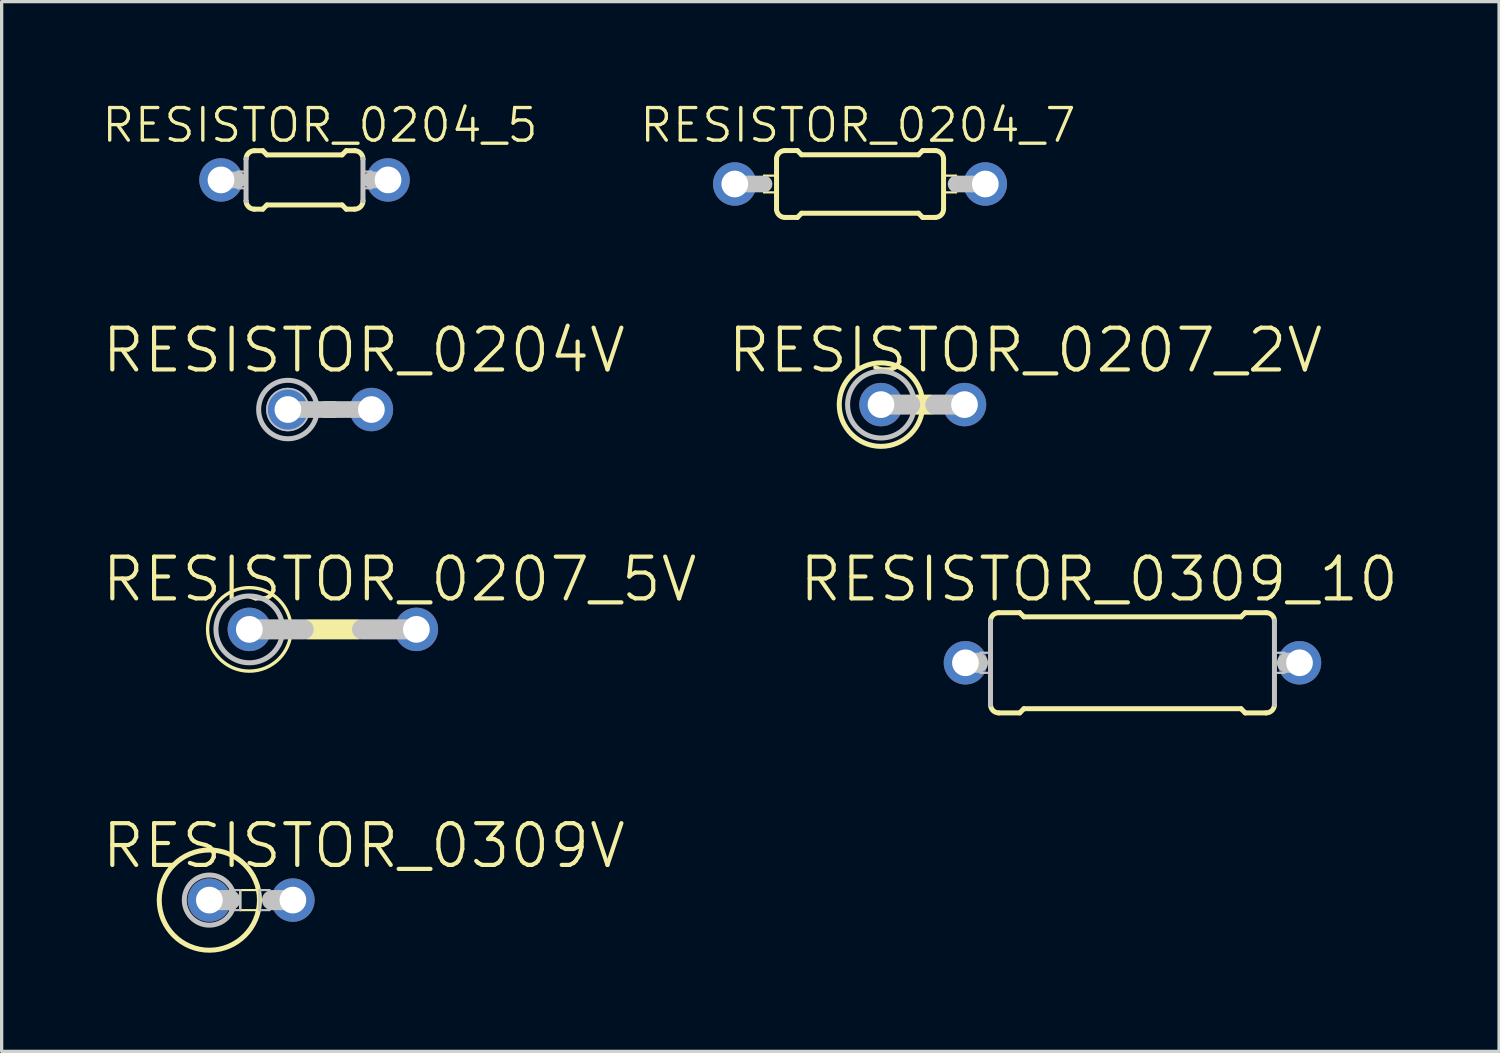
<source format=kicad_pcb>
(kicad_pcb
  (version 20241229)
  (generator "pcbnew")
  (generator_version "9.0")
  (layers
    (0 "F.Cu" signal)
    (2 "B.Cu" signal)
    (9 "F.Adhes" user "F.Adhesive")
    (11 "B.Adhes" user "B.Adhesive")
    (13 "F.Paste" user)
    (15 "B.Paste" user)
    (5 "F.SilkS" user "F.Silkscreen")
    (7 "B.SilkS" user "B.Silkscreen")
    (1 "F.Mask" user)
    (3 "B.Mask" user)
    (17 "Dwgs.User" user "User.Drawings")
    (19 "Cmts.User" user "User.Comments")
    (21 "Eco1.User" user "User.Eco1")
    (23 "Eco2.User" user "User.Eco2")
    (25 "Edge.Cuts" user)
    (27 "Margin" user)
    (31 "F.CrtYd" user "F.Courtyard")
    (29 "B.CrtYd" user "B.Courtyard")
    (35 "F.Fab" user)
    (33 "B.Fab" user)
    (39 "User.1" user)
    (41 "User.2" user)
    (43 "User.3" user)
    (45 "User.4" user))
  (footprint "RESISTOR_0309_10"
    (layer "F.Cu")
    (at 31.391 17.107)
    (property "Reference" "RESISTOR_0309_10" (at -1.016 -2.54 0) (layer "F.SilkS") (effects (font (size 1.27 1.27) (thickness 0.127))))
    (attr exclude_from_pos_files exclude_from_bom)
    (fp_line (start -4.064 -1.524) (end -3.429 -1.524) (stroke (width 0.152) (type solid)) (layer "F.SilkS"))
    (fp_line (start -4.064 1.524) (end -3.429 1.524) (stroke (width 0.152) (type solid)) (layer "F.SilkS"))
    (fp_line (start -3.302 -1.397) (end -3.429 -1.524) (stroke (width 0.152) (type solid)) (layer "F.SilkS"))
    (fp_line (start -3.302 1.397) (end -3.429 1.524) (stroke (width 0.152) (type solid)) (layer "F.SilkS"))
    (fp_line (start 3.302 -1.397) (end -3.302 -1.397) (stroke (width 0.152) (type solid)) (layer "F.SilkS"))
    (fp_line (start 3.302 -1.397) (end 3.429 -1.524) (stroke (width 0.152) (type solid)) (layer "F.SilkS"))
    (fp_line (start 3.302 1.397) (end -3.302 1.397) (stroke (width 0.152) (type solid)) (layer "F.SilkS"))
    (fp_line (start 3.302 1.397) (end 3.429 1.524) (stroke (width 0.152) (type solid)) (layer "F.SilkS"))
    (fp_line (start 4.064 -1.524) (end 3.429 -1.524) (stroke (width 0.152) (type solid)) (layer "F.SilkS"))
    (fp_line (start 4.064 1.524) (end 3.429 1.524) (stroke (width 0.152) (type solid)) (layer "F.SilkS"))
    (fp_arc (start -4.318 -1.27) (mid -4.243605 -1.449605) (end -4.064 -1.524) (stroke (width 0.1524) (type solid)) (layer "F.SilkS"))
    (fp_arc (start -4.064 1.524) (mid -4.243605 1.449605) (end -4.318 1.27) (stroke (width 0.1524) (type solid)) (layer "F.SilkS"))
    (fp_arc (start 4.064 -1.524) (mid 4.243605 -1.449605) (end 4.318 -1.27) (stroke (width 0.1524) (type solid)) (layer "F.SilkS"))
    (fp_arc (start 4.318 1.27) (mid 4.243605 1.449605) (end 4.064 1.524) (stroke (width 0.1524) (type solid)) (layer "F.SilkS"))
    (fp_line (start -4.699 0) (end -5.08 0) (stroke (width 0.61) (type solid)) (layer "Dwgs.User"))
    (fp_line (start -4.623 -0.305) (end -4.318 -0.305) (stroke (width 0.066) (type solid)) (layer "Dwgs.User"))
    (fp_line (start -4.623 0.305) (end -4.623 -0.305) (stroke (width 0.066) (type solid)) (layer "Dwgs.User"))
    (fp_line (start -4.623 0.305) (end -4.318 0.305) (stroke (width 0.066) (type solid)) (layer "Dwgs.User"))
    (fp_line (start -4.318 0.305) (end -4.318 -0.305) (stroke (width 0.066) (type solid)) (layer "Dwgs.User"))
    (fp_line (start -4.318 1.27) (end -4.318 -1.27) (stroke (width 0.152) (type solid)) (layer "Dwgs.User"))
    (fp_line (start 4.318 -0.305) (end 4.623 -0.305) (stroke (width 0.066) (type solid)) (layer "Dwgs.User"))
    (fp_line (start 4.318 0.305) (end 4.318 -0.305) (stroke (width 0.066) (type solid)) (layer "Dwgs.User"))
    (fp_line (start 4.318 0.305) (end 4.623 0.305) (stroke (width 0.066) (type solid)) (layer "Dwgs.User"))
    (fp_line (start 4.318 1.27) (end 4.318 -1.27) (stroke (width 0.152) (type solid)) (layer "Dwgs.User"))
    (fp_line (start 4.623 0.305) (end 4.623 -0.305) (stroke (width 0.066) (type solid)) (layer "Dwgs.User"))
    (fp_line (start 5.08 0) (end 4.699 0) (stroke (width 0.61) (type solid)) (layer "Dwgs.User"))
    (pad "1" thru_hole circle (at -5.08 0) (size 1.321 1.321) (drill 0.813) (layers "*.Cu" "*.Paste" "*.Mask"))
    (pad "2" thru_hole circle (at 5.08 0) (size 1.321 1.321) (drill 0.813) (layers "*.Cu" "*.Paste" "*.Mask")))
  (footprint "RESISTOR_0207_2V"
    (layer "F.Cu")
    (at 25.013 9.255)
    (property "Reference" "RESISTOR_0207_2V" (at 3.124 -1.651 0) (layer "F.SilkS") (effects (font (size 1.27 1.27) (thickness 0.127))))
    (attr exclude_from_pos_files exclude_from_bom)
    (fp_line (start -0.254 0) (end 0.254 0) (stroke (width 0.61) (type solid)) (layer "F.SilkS"))
    (fp_circle (center -1.27 0) (end -1.27 -1.27) (stroke (width 0.152) (type solid)) (fill no) (layer "F.SilkS"))
    (fp_line (start -1.27 0) (end -0.381 0) (stroke (width 0.61) (type solid)) (layer "Dwgs.User"))
    (fp_line (start 0.381 0) (end 1.27 0) (stroke (width 0.61) (type solid)) (layer "Dwgs.User"))
    (fp_circle (center -1.27 0) (end -1.27 -1.016) (stroke (width 0.152) (type solid)) (fill no) (layer "Dwgs.User"))
    (pad "1" thru_hole circle (at -1.27 0) (size 1.321 1.321) (drill 0.813) (layers "*.Cu" "*.Paste" "*.Mask"))
    (pad "2" thru_hole circle (at 1.27 0) (size 1.321 1.321) (drill 0.813) (layers "*.Cu" "*.Paste" "*.Mask")))
  (footprint "RESISTOR_0204_7"
    (layer "F.Cu")
    (at 23.106 2.546)
    (property "Reference" "RESISTOR_0204_7" (at -0.064 -1.788 0) (layer "F.SilkS") (effects (font (size 0.991 0.991) (thickness 0.102))))
    (attr exclude_from_pos_files exclude_from_bom)
    (fp_line (start -2.921 -0.254) (end -2.54 -0.254) (stroke (width 0.066) (type solid)) (layer "F.SilkS"))
    (fp_line (start -2.921 0.254) (end -2.921 -0.254) (stroke (width 0.066) (type solid)) (layer "F.SilkS"))
    (fp_line (start -2.921 0.254) (end -2.54 0.254) (stroke (width 0.066) (type solid)) (layer "F.SilkS"))
    (fp_line (start -2.54 0.254) (end -2.54 -0.254) (stroke (width 0.066) (type solid)) (layer "F.SilkS"))
    (fp_line (start -2.54 0.762) (end -2.54 -0.762) (stroke (width 0.152) (type solid)) (layer "F.SilkS"))
    (fp_line (start -2.286 -1.016) (end -1.905 -1.016) (stroke (width 0.152) (type solid)) (layer "F.SilkS"))
    (fp_line (start -2.286 1.016) (end -1.905 1.016) (stroke (width 0.152) (type solid)) (layer "F.SilkS"))
    (fp_line (start -1.778 -0.889) (end -1.905 -1.016) (stroke (width 0.152) (type solid)) (layer "F.SilkS"))
    (fp_line (start -1.778 0.889) (end -1.905 1.016) (stroke (width 0.152) (type solid)) (layer "F.SilkS"))
    (fp_line (start 1.778 -0.889) (end -1.778 -0.889) (stroke (width 0.152) (type solid)) (layer "F.SilkS"))
    (fp_line (start 1.778 -0.889) (end 1.905 -1.016) (stroke (width 0.152) (type solid)) (layer "F.SilkS"))
    (fp_line (start 1.778 0.889) (end -1.778 0.889) (stroke (width 0.152) (type solid)) (layer "F.SilkS"))
    (fp_line (start 1.778 0.889) (end 1.905 1.016) (stroke (width 0.152) (type solid)) (layer "F.SilkS"))
    (fp_line (start 2.286 -1.016) (end 1.905 -1.016) (stroke (width 0.152) (type solid)) (layer "F.SilkS"))
    (fp_line (start 2.286 1.016) (end 1.905 1.016) (stroke (width 0.152) (type solid)) (layer "F.SilkS"))
    (fp_line (start 2.54 -0.254) (end 2.921 -0.254) (stroke (width 0.066) (type solid)) (layer "F.SilkS"))
    (fp_line (start 2.54 0.254) (end 2.54 -0.254) (stroke (width 0.066) (type solid)) (layer "F.SilkS"))
    (fp_line (start 2.54 0.254) (end 2.921 0.254) (stroke (width 0.066) (type solid)) (layer "F.SilkS"))
    (fp_line (start 2.54 0.762) (end 2.54 -0.762) (stroke (width 0.152) (type solid)) (layer "F.SilkS"))
    (fp_line (start 2.921 0.254) (end 2.921 -0.254) (stroke (width 0.066) (type solid)) (layer "F.SilkS"))
    (fp_arc (start -2.54 -0.762) (mid -2.465605 -0.941605) (end -2.286 -1.016) (stroke (width 0.1524) (type solid)) (layer "F.SilkS"))
    (fp_arc (start -2.286 1.016) (mid -2.465605 0.941605) (end -2.54 0.762) (stroke (width 0.1524) (type solid)) (layer "F.SilkS"))
    (fp_arc (start 2.286 -1.016) (mid 2.465605 -0.941605) (end 2.54 -0.762) (stroke (width 0.1524) (type solid)) (layer "F.SilkS"))
    (fp_arc (start 2.54 0.762) (mid 2.465605 0.941605) (end 2.286 1.016) (stroke (width 0.1524) (type solid)) (layer "F.SilkS"))
    (fp_line (start -3.81 0) (end -2.921 0) (stroke (width 0.508) (type solid)) (layer "Dwgs.User"))
    (fp_line (start 3.81 0) (end 2.921 0) (stroke (width 0.508) (type solid)) (layer "Dwgs.User"))
    (pad "1" thru_hole circle (at -3.81 0) (size 1.321 1.321) (drill 0.813) (layers "*.Cu" "*.Paste" "*.Mask"))
    (pad "2" thru_hole circle (at 3.81 0) (size 1.321 1.321) (drill 0.813) (layers "*.Cu" "*.Paste" "*.Mask")))
  (footprint "RESISTOR_0309V"
    (layer "F.Cu")
    (at 4.587 24.324)
    (property "Reference" "RESISTOR_0309V" (at 3.429 -1.651 0) (layer "F.SilkS") (effects (font (size 1.27 1.27) (thickness 0.127))))
    (attr exclude_from_pos_files exclude_from_bom)
    (fp_line (start -0.33 -0.305) (end 0.254 -0.305) (stroke (width 0.066) (type solid)) (layer "F.SilkS"))
    (fp_line (start -0.33 0.305) (end -0.33 -0.305) (stroke (width 0.066) (type solid)) (layer "F.SilkS"))
    (fp_line (start -0.33 0.305) (end 0.254 0.305) (stroke (width 0.066) (type solid)) (layer "F.SilkS"))
    (fp_line (start 0.254 0.305) (end 0.254 -0.305) (stroke (width 0.066) (type solid)) (layer "F.SilkS"))
    (fp_circle (center -1.27 0) (end -1.27 -1.524) (stroke (width 0.152) (type solid)) (fill no) (layer "F.SilkS"))
    (fp_line (start -0.635 -0.305) (end -0.33 -0.305) (stroke (width 0.066) (type solid)) (layer "Dwgs.User"))
    (fp_line (start -0.635 0) (end -1.27 0) (stroke (width 0.61) (type solid)) (layer "Dwgs.User"))
    (fp_line (start -0.635 0.305) (end -0.635 -0.305) (stroke (width 0.066) (type solid)) (layer "Dwgs.User"))
    (fp_line (start -0.635 0.305) (end -0.33 0.305) (stroke (width 0.066) (type solid)) (layer "Dwgs.User"))
    (fp_line (start -0.33 0.305) (end -0.33 -0.305) (stroke (width 0.066) (type solid)) (layer "Dwgs.User"))
    (fp_line (start 0.254 -0.305) (end 0.559 -0.305) (stroke (width 0.066) (type solid)) (layer "Dwgs.User"))
    (fp_line (start 0.254 0.305) (end 0.254 -0.305) (stroke (width 0.066) (type solid)) (layer "Dwgs.User"))
    (fp_line (start 0.254 0.305) (end 0.559 0.305) (stroke (width 0.066) (type solid)) (layer "Dwgs.User"))
    (fp_line (start 0.559 0.305) (end 0.559 -0.305) (stroke (width 0.066) (type solid)) (layer "Dwgs.User"))
    (fp_line (start 1.27 0) (end 0.635 0) (stroke (width 0.61) (type solid)) (layer "Dwgs.User"))
    (fp_circle (center -1.27 0) (end -1.27 -0.762) (stroke (width 0.152) (type solid)) (fill no) (layer "Dwgs.User"))
    (pad "1" thru_hole circle (at -1.27 0) (size 1.321 1.321) (drill 0.813) (layers "*.Cu" "*.Paste" "*.Mask"))
    (pad "2" thru_hole circle (at 1.27 0) (size 1.321 1.321) (drill 0.813) (layers "*.Cu" "*.Paste" "*.Mask")))
  (footprint "RESISTOR_0207_5V"
    (layer "F.Cu")
    (at 7.073 16.091)
    (property "Reference" "RESISTOR_0207_5V" (at 2.032 -1.524 0) (layer "F.SilkS") (effects (font (size 1.27 1.27) (thickness 0.127))))
    (attr exclude_from_pos_files exclude_from_bom)
    (fp_line (start -0.762 0) (end 0.762 0) (stroke (width 0.61) (type solid)) (layer "F.SilkS"))
    (fp_circle (center -2.54 0) (end -2.54 -1.27) (stroke (width 0.102) (type solid)) (fill no) (layer "F.SilkS"))
    (fp_line (start -2.54 0) (end -0.889 0) (stroke (width 0.61) (type solid)) (layer "Dwgs.User"))
    (fp_line (start 0.889 0) (end 2.54 0) (stroke (width 0.61) (type solid)) (layer "Dwgs.User"))
    (fp_circle (center -2.54 0) (end -2.54 -1.016) (stroke (width 0.152) (type solid)) (fill no) (layer "Dwgs.User"))
    (pad "1" thru_hole circle (at -2.54 0) (size 1.321 1.321) (drill 0.813) (layers "*.Cu" "*.Paste" "*.Mask"))
    (pad "2" thru_hole circle (at 2.54 0) (size 1.321 1.321) (drill 0.813) (layers "*.Cu" "*.Paste" "*.Mask")))
  (footprint "RESISTOR_0204_5"
    (layer "F.Cu")
    (at 6.211 2.422)
    (property "Reference" "RESISTOR_0204_5" (at 0.47 -1.664 0) (layer "F.SilkS") (effects (font (size 0.991 0.991) (thickness 0.102))))
    (attr exclude_from_pos_files exclude_from_bom)
    (fp_line (start -1.524 -0.889) (end -1.27 -0.889) (stroke (width 0.152) (type solid)) (layer "F.SilkS"))
    (fp_line (start -1.524 0.889) (end -1.27 0.889) (stroke (width 0.152) (type solid)) (layer "F.SilkS"))
    (fp_line (start -1.143 -0.762) (end -1.27 -0.889) (stroke (width 0.152) (type solid)) (layer "F.SilkS"))
    (fp_line (start -1.143 0.762) (end -1.27 0.889) (stroke (width 0.152) (type solid)) (layer "F.SilkS"))
    (fp_line (start 1.143 -0.762) (end -1.143 -0.762) (stroke (width 0.152) (type solid)) (layer "F.SilkS"))
    (fp_line (start 1.143 -0.762) (end 1.27 -0.889) (stroke (width 0.152) (type solid)) (layer "F.SilkS"))
    (fp_line (start 1.143 0.762) (end -1.143 0.762) (stroke (width 0.152) (type solid)) (layer "F.SilkS"))
    (fp_line (start 1.143 0.762) (end 1.27 0.889) (stroke (width 0.152) (type solid)) (layer "F.SilkS"))
    (fp_line (start 1.524 -0.889) (end 1.27 -0.889) (stroke (width 0.152) (type solid)) (layer "F.SilkS"))
    (fp_line (start 1.524 0.889) (end 1.27 0.889) (stroke (width 0.152) (type solid)) (layer "F.SilkS"))
    (fp_arc (start -1.778 -0.635) (mid -1.703605 -0.814605) (end -1.524 -0.889) (stroke (width 0.1524) (type solid)) (layer "F.SilkS"))
    (fp_arc (start -1.524 0.889) (mid -1.703605 0.814605) (end -1.778 0.635) (stroke (width 0.1524) (type solid)) (layer "F.SilkS"))
    (fp_arc (start 1.524 -0.889) (mid 1.703605 -0.814605) (end 1.778 -0.635) (stroke (width 0.1524) (type solid)) (layer "F.SilkS"))
    (fp_arc (start 1.778 0.635) (mid 1.703605 0.814605) (end 1.524 0.889) (stroke (width 0.1524) (type solid)) (layer "F.SilkS"))
    (fp_line (start -2.54 0) (end -2.032 0) (stroke (width 0.508) (type solid)) (layer "Dwgs.User"))
    (fp_line (start -2.032 -0.254) (end -1.778 -0.254) (stroke (width 0.066) (type solid)) (layer "Dwgs.User"))
    (fp_line (start -2.032 0.254) (end -2.032 -0.254) (stroke (width 0.066) (type solid)) (layer "Dwgs.User"))
    (fp_line (start -2.032 0.254) (end -1.778 0.254) (stroke (width 0.066) (type solid)) (layer "Dwgs.User"))
    (fp_line (start -1.778 0.254) (end -1.778 -0.254) (stroke (width 0.066) (type solid)) (layer "Dwgs.User"))
    (fp_line (start -1.778 0.635) (end -1.778 -0.635) (stroke (width 0.152) (type solid)) (layer "Dwgs.User"))
    (fp_line (start 1.778 -0.254) (end 2.032 -0.254) (stroke (width 0.066) (type solid)) (layer "Dwgs.User"))
    (fp_line (start 1.778 0.254) (end 1.778 -0.254) (stroke (width 0.066) (type solid)) (layer "Dwgs.User"))
    (fp_line (start 1.778 0.254) (end 2.032 0.254) (stroke (width 0.066) (type solid)) (layer "Dwgs.User"))
    (fp_line (start 1.778 0.635) (end 1.778 -0.635) (stroke (width 0.152) (type solid)) (layer "Dwgs.User"))
    (fp_line (start 2.032 0.254) (end 2.032 -0.254) (stroke (width 0.066) (type solid)) (layer "Dwgs.User"))
    (fp_line (start 2.54 0) (end 2.032 0) (stroke (width 0.508) (type solid)) (layer "Dwgs.User"))
    (pad "1" thru_hole circle (at -2.54 0) (size 1.321 1.321) (drill 0.813) (layers "*.Cu" "*.Paste" "*.Mask"))
    (pad "2" thru_hole circle (at 2.54 0) (size 1.321 1.321) (drill 0.813) (layers "*.Cu" "*.Paste" "*.Mask")))
  (footprint "RESISTOR_0204V"
    (layer "F.Cu")
    (at 6.975 9.405)
    (property "Reference" "RESISTOR_0204V" (at 1.041 -1.801 0) (layer "F.SilkS") (effects (font (size 1.27 1.27) (thickness 0.127))))
    (attr exclude_from_pos_files exclude_from_bom)
    (fp_line (start -0.127 0) (end 0.127 0) (stroke (width 0.508) (type solid)) (layer "F.SilkS"))
    (fp_line (start -1.27 0) (end 1.27 0) (stroke (width 0.508) (type solid)) (layer "Dwgs.User"))
    (fp_circle (center -1.27 0) (end -1.27 -0.889) (stroke (width 0.152) (type solid)) (fill no) (layer "Dwgs.User"))
    (fp_circle (center -1.27 0) (end -1.27 -0.635) (stroke (width 0.051) (type solid)) (fill no) (layer "Dwgs.User"))
    (pad "1" thru_hole circle (at -1.27 0) (size 1.321 1.321) (drill 0.813) (layers "*.Cu" "*.Paste" "*.Mask"))
    (pad "2" thru_hole circle (at 1.27 0) (size 1.321 1.321) (drill 0.813) (layers "*.Cu" "*.Paste" "*.Mask")))
  (gr_rect
    (start -3 -3)
    (end 42.54 28.924)
    (stroke (width 0.1) (type default))
    (fill no)
    (layer "Edge.Cuts")))
</source>
